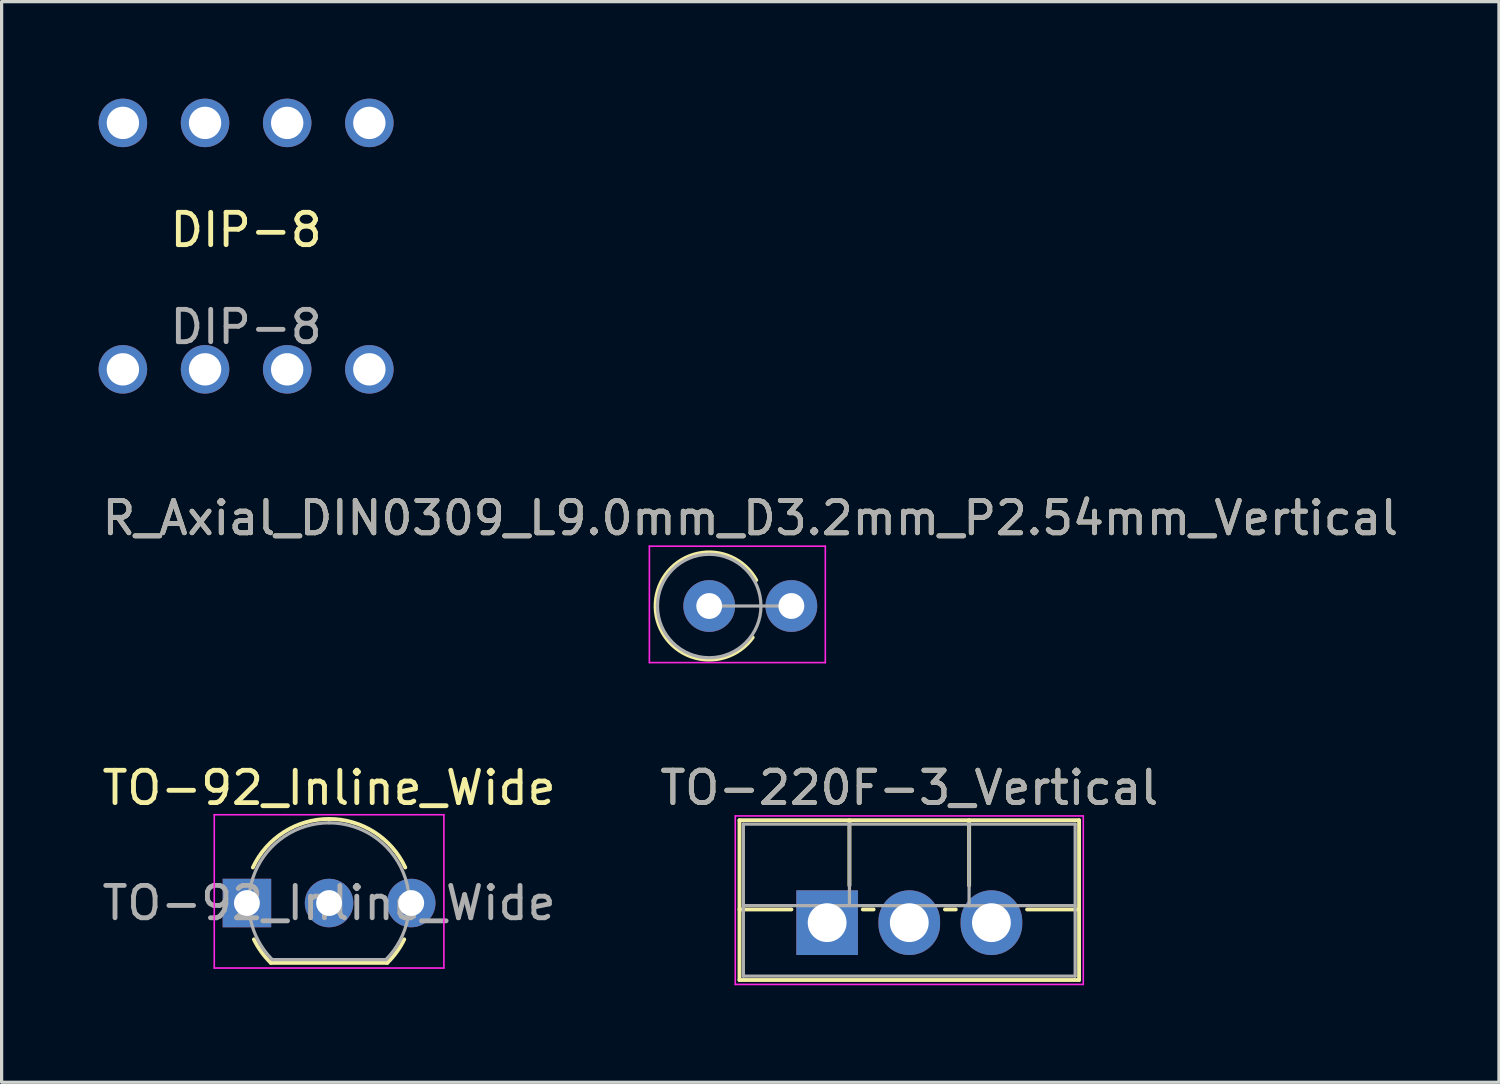
<source format=kicad_pcb>
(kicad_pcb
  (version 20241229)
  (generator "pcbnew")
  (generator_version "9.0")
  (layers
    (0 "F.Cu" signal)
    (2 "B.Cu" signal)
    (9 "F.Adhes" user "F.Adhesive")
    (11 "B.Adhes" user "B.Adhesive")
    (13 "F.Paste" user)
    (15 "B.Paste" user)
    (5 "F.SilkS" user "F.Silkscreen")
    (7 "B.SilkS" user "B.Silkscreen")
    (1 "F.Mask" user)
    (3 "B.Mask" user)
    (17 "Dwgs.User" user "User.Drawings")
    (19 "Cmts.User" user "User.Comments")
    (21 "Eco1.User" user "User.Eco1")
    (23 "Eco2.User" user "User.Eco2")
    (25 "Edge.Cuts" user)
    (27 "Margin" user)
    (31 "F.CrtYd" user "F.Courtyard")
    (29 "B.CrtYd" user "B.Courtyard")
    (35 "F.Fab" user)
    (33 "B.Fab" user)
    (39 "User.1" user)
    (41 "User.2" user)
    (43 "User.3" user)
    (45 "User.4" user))
  (footprint "TO-220F-3_Vertical"
    (layer "F.Cu")
    (at 22.525 25.479)
    (property "Reference" "TO-220F-3_Vertical" (at 2.54 -4.168 0) (layer "F.SilkS") (effects (font (size 1 1) (thickness 0.15))))
    (attr through_hole)
    (fp_line (start -2.71 -3.168) (end -2.71 1.773) (stroke (width 0.12) (type solid)) (layer "F.SilkS"))
    (fp_line (start -2.71 -3.168) (end 7.79 -3.168) (stroke (width 0.12) (type solid)) (layer "F.SilkS"))
    (fp_line (start -2.71 -0.408) (end -1.103 -0.408) (stroke (width 0.12) (type solid)) (layer "F.SilkS"))
    (fp_line (start -2.71 1.773) (end 7.79 1.773) (stroke (width 0.12) (type solid)) (layer "F.SilkS"))
    (fp_line (start 0.69 -3.168) (end 0.69 -1.15) (stroke (width 0.12) (type solid)) (layer "F.SilkS"))
    (fp_line (start 1.103 -0.408) (end 1.438 -0.408) (stroke (width 0.12) (type solid)) (layer "F.SilkS"))
    (fp_line (start 3.643 -0.408) (end 3.978 -0.408) (stroke (width 0.12) (type solid)) (layer "F.SilkS"))
    (fp_line (start 4.391 -3.168) (end 4.391 -1.15) (stroke (width 0.12) (type solid)) (layer "F.SilkS"))
    (fp_line (start 6.183 -0.408) (end 7.79 -0.408) (stroke (width 0.12) (type solid)) (layer "F.SilkS"))
    (fp_line (start 7.79 -3.168) (end 7.79 1.773) (stroke (width 0.12) (type solid)) (layer "F.SilkS"))
    (fp_line (start -2.84 -3.3) (end -2.84 1.91) (stroke (width 0.05) (type solid)) (layer "F.CrtYd"))
    (fp_line (start -2.84 1.91) (end 7.92 1.91) (stroke (width 0.05) (type solid)) (layer "F.CrtYd"))
    (fp_line (start 7.92 -3.3) (end -2.84 -3.3) (stroke (width 0.05) (type solid)) (layer "F.CrtYd"))
    (fp_line (start 7.92 1.91) (end 7.92 -3.3) (stroke (width 0.05) (type solid)) (layer "F.CrtYd"))
    (fp_line (start -2.59 -3.047) (end -2.59 1.653) (stroke (width 0.1) (type solid)) (layer "F.Fab"))
    (fp_line (start -2.59 -0.527) (end 7.67 -0.527) (stroke (width 0.1) (type solid)) (layer "F.Fab"))
    (fp_line (start -2.59 1.653) (end 7.67 1.653) (stroke (width 0.1) (type solid)) (layer "F.Fab"))
    (fp_line (start 0.69 -3.047) (end 0.69 -0.527) (stroke (width 0.1) (type solid)) (layer "F.Fab"))
    (fp_line (start 4.39 -3.047) (end 4.39 -0.527) (stroke (width 0.1) (type solid)) (layer "F.Fab"))
    (fp_line (start 7.67 -3.047) (end -2.59 -3.047) (stroke (width 0.1) (type solid)) (layer "F.Fab"))
    (fp_line (start 7.67 1.653) (end 7.67 -3.047) (stroke (width 0.1) (type solid)) (layer "F.Fab"))
    (fp_text user "${REFERENCE}" (at 2.54 -4.168 0) (layer "F.Fab") (effects (font (size 1 1) (thickness 0.15))))
    (pad "1" thru_hole rect (at 0 0) (size 1.905 2) (drill 1.2) (layers "*.Cu" "*.Mask"))
    (pad "2" thru_hole oval (at 2.54 0) (size 1.905 2) (drill 1.2) (layers "*.Cu" "*.Mask"))
    (pad "3" thru_hole oval (at 5.08 0) (size 1.905 2) (drill 1.2) (layers "*.Cu" "*.Mask")))
  (footprint "TO-92_Inline_Wide"
    (layer "F.Cu")
    (at 4.585 24.872)
    (property "Reference" "TO-92_Inline_Wide" (at 2.54 -3.56 0) (layer "F.SilkS") (effects (font (size 1 1) (thickness 0.15))))
    (attr through_hole)
    (fp_line (start 0.74 1.85) (end 4.34 1.85) (stroke (width 0.12) (type solid)) (layer "F.SilkS"))
    (fp_arc (start 0.1836 -1.098807) (mid 1.143021 -2.192817) (end 2.54 -2.6) (stroke (width 0.12) (type solid)) (layer "F.SilkS"))
    (fp_arc (start 0.74 1.85) (mid 0.446097 1.509328) (end 0.215816 1.122795) (stroke (width 0.12) (type solid)) (layer "F.SilkS"))
    (fp_arc (start 2.54 -2.6) (mid 3.936979 -2.192818) (end 4.8964 -1.098807) (stroke (width 0.12) (type solid)) (layer "F.SilkS"))
    (fp_arc (start 4.864184 1.122795) (mid 4.633903 1.509328) (end 4.34 1.85) (stroke (width 0.12) (type solid)) (layer "F.SilkS"))
    (fp_line (start -1.01 -2.73) (end -1.01 2.01) (stroke (width 0.05) (type solid)) (layer "F.CrtYd"))
    (fp_line (start -1.01 -2.73) (end 6.09 -2.73) (stroke (width 0.05) (type solid)) (layer "F.CrtYd"))
    (fp_line (start 6.09 2.01) (end -1.01 2.01) (stroke (width 0.05) (type solid)) (layer "F.CrtYd"))
    (fp_line (start 6.09 2.01) (end 6.09 -2.73) (stroke (width 0.05) (type solid)) (layer "F.CrtYd"))
    (fp_line (start 0.8 1.75) (end 4.3 1.75) (stroke (width 0.1) (type solid)) (layer "F.Fab"))
    (fp_arc (start 0.786375 1.753625) (mid 0.248779 -0.949055) (end 2.54 -2.48) (stroke (width 0.1) (type solid)) (layer "F.Fab"))
    (fp_arc (start 2.54 -2.48) (mid 4.831221 -0.949055) (end 4.293625 1.753625) (stroke (width 0.1) (type solid)) (layer "F.Fab"))
    (fp_text user "${REFERENCE}" (at 2.54 0 0) (layer "F.Fab") (effects (font (size 1 1) (thickness 0.15))))
    (pad "D" thru_hole circle (at 2.54 0) (size 1.5 1.5) (drill 0.8) (layers "*.Cu" "*.Mask"))
    (pad "G" thru_hole circle (at 5.08 0) (size 1.5 1.5) (drill 0.8) (layers "*.Cu" "*.Mask"))
    (pad "S" thru_hole rect (at 0 0) (size 1.5 1.5) (drill 0.8) (layers "*.Cu" "*.Mask")))
  (footprint "DIP-8"
    (layer "F.Cu")
    (at 4.56 4.56)
    (property "Reference" "DIP-8" (at 0 -0.5 0) (unlocked yes) (layer "F.SilkS") (effects (font (size 1 1) (thickness 0.15))))
    (attr through_hole)
    (fp_text user "${REFERENCE}" (at 0 2.5 0) (unlocked yes) (layer "F.Fab") (effects (font (size 1 1) (thickness 0.15))))
    (pad "1" thru_hole circle (at -3.81 3.81) (size 1.5 1.5) (drill 1) (layers "*.Cu" "*.Mask"))
    (pad "2" thru_hole circle (at -1.27 3.81) (size 1.5 1.5) (drill 1) (layers "*.Cu" "*.Mask"))
    (pad "3" thru_hole circle (at 1.27 3.81) (size 1.5 1.5) (drill 1) (layers "*.Cu" "*.Mask"))
    (pad "4" thru_hole circle (at 3.81 3.81) (size 1.5 1.5) (drill 1) (layers "*.Cu" "*.Mask"))
    (pad "5" thru_hole circle (at 3.81 -3.81) (size 1.5 1.5) (drill 1) (layers "*.Cu" "*.Mask"))
    (pad "6" thru_hole circle (at 1.27 -3.81) (size 1.5 1.5) (drill 1) (layers "*.Cu" "*.Mask"))
    (pad "7" thru_hole circle (at -1.27 -3.81) (size 1.5 1.5) (drill 1) (layers "*.Cu" "*.Mask"))
    (pad "8" thru_hole circle (at -3.81 -3.81) (size 1.5 1.5) (drill 1) (layers "*.Cu" "*.Mask")))
  (footprint "R_Axial_DIN0309_L9.0mm_D3.2mm_P2.54mm_Vertical"
    (layer "F.Cu")
    (at 18.879 15.688)
    (property "Reference" "R_Axial_DIN0309_L9.0mm_D3.2mm_P2.54mm_Vertical" (at 1.27 -2.72 0) (layer "F.SilkS") (effects (font (size 1 1) (thickness 0.15))))
    (attr through_hole)
    (fp_arc (start 1.344775 0.97138) (mid -1.655812 -0.101418) (end 1.453272 -0.8) (stroke (width 0.12) (type solid)) (layer "F.SilkS"))
    (fp_line (start -1.85 -1.85) (end -1.85 1.75) (stroke (width 0.05) (type solid)) (layer "F.CrtYd"))
    (fp_line (start -1.85 1.75) (end 3.59 1.75) (stroke (width 0.05) (type solid)) (layer "F.CrtYd"))
    (fp_line (start 3.59 -1.85) (end -1.85 -1.85) (stroke (width 0.05) (type solid)) (layer "F.CrtYd"))
    (fp_line (start 3.59 1.75) (end 3.59 -1.85) (stroke (width 0.05) (type solid)) (layer "F.CrtYd"))
    (fp_line (start 0 0) (end 2.54 0) (stroke (width 0.1) (type solid)) (layer "F.Fab"))
    (fp_circle (center 0 0) (end 1.6 0) (stroke (width 0.1) (type solid)) (fill no) (layer "F.Fab"))
    (fp_text user "${REFERENCE}" (at 1.27 -2.72 0) (layer "F.Fab") (effects (font (size 1 1) (thickness 0.15))))
    (pad "1" thru_hole circle (at 0 0) (size 1.6 1.6) (drill 0.8) (layers "*.Cu" "*.Mask"))
    (pad "2" thru_hole oval (at 2.54 0) (size 1.6 1.6) (drill 0.8) (layers "*.Cu" "*.Mask")))
  (gr_rect
    (start -3 -3)
    (end 43.298 30.414)
    (stroke (width 0.1) (type default))
    (fill no)
    (layer "Edge.Cuts")))
</source>
